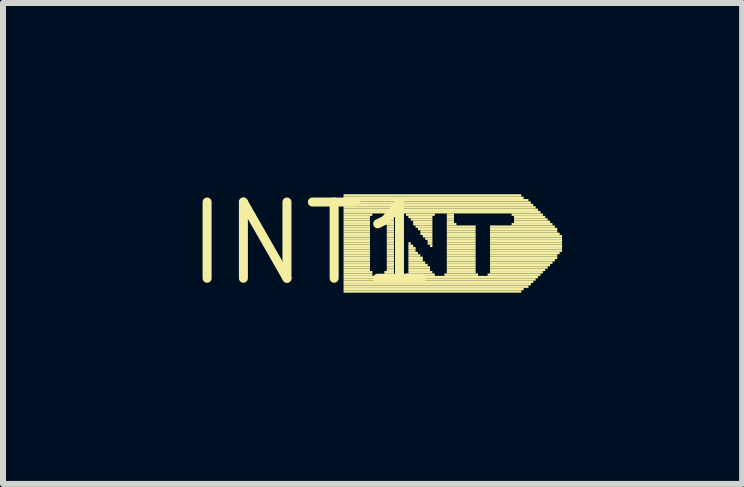
<source format=kicad_pcb>
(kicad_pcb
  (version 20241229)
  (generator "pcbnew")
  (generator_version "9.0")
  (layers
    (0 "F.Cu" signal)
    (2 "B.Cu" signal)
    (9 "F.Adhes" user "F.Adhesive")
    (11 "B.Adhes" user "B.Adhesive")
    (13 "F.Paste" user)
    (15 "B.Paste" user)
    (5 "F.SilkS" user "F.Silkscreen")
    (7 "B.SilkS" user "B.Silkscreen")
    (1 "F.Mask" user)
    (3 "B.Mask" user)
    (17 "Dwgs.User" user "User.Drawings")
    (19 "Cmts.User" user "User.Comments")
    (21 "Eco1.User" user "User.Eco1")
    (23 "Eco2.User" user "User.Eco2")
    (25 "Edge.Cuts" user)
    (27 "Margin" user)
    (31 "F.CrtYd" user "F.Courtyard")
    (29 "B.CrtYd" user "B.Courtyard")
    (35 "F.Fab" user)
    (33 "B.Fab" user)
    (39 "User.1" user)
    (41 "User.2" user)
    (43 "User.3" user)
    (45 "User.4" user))
  (footprint "INT1"
    (layer "F.Cu")
    (at 2.154 1.006)
    (property "Reference" "INT1" (at 0 0 0) (layer "F.SilkS") (effects (font (size 1.27 1.27) (thickness 0.15))))
    (fp_poly (pts (xy 0.52 -0.78) (xy 3.48 -0.78) (xy 3.48 -0.82) (xy 0.52 -0.82)) (stroke (width 0) (type default)) (fill yes) (layer "F.SilkS"))
    (fp_poly (pts (xy 0.52 -0.74) (xy 3.52 -0.74) (xy 3.52 -0.78) (xy 0.52 -0.78)) (stroke (width 0) (type default)) (fill yes) (layer "F.SilkS"))
    (fp_poly (pts (xy 0.52 -0.7) (xy 3.6 -0.7) (xy 3.6 -0.74) (xy 0.52 -0.74)) (stroke (width 0) (type default)) (fill yes) (layer "F.SilkS"))
    (fp_poly (pts (xy 0.52 -0.66) (xy 3.64 -0.66) (xy 3.64 -0.7) (xy 0.52 -0.7)) (stroke (width 0) (type default)) (fill yes) (layer "F.SilkS"))
    (fp_poly (pts (xy 0.52 -0.62) (xy 3.68 -0.62) (xy 3.68 -0.66) (xy 0.52 -0.66)) (stroke (width 0) (type default)) (fill yes) (layer "F.SilkS"))
    (fp_poly (pts (xy 0.52 -0.58) (xy 3.72 -0.58) (xy 3.72 -0.62) (xy 0.52 -0.62)) (stroke (width 0) (type default)) (fill yes) (layer "F.SilkS"))
    (fp_poly (pts (xy 0.52 -0.54) (xy 3.76 -0.54) (xy 3.76 -0.58) (xy 0.52 -0.58)) (stroke (width 0) (type default)) (fill yes) (layer "F.SilkS"))
    (fp_poly (pts (xy 0.52 -0.5) (xy 3.8 -0.5) (xy 3.8 -0.54) (xy 0.52 -0.54)) (stroke (width 0) (type default)) (fill yes) (layer "F.SilkS"))
    (fp_poly (pts (xy 0.52 -0.46) (xy 1 -0.46) (xy 1 -0.5) (xy 0.52 -0.5)) (stroke (width 0) (type default)) (fill yes) (layer "F.SilkS"))
    (fp_poly (pts (xy 0.52 -0.42) (xy 0.96 -0.42) (xy 0.96 -0.46) (xy 0.52 -0.46)) (stroke (width 0) (type default)) (fill yes) (layer "F.SilkS"))
    (fp_poly (pts (xy 0.52 -0.38) (xy 0.96 -0.38) (xy 0.96 -0.42) (xy 0.52 -0.42)) (stroke (width 0) (type default)) (fill yes) (layer "F.SilkS"))
    (fp_poly (pts (xy 0.52 -0.34) (xy 0.96 -0.34) (xy 0.96 -0.38) (xy 0.52 -0.38)) (stroke (width 0) (type default)) (fill yes) (layer "F.SilkS"))
    (fp_poly (pts (xy 0.52 -0.3) (xy 0.96 -0.3) (xy 0.96 -0.34) (xy 0.52 -0.34)) (stroke (width 0) (type default)) (fill yes) (layer "F.SilkS"))
    (fp_poly (pts (xy 0.52 -0.26) (xy 0.96 -0.26) (xy 0.96 -0.3) (xy 0.52 -0.3)) (stroke (width 0) (type default)) (fill yes) (layer "F.SilkS"))
    (fp_poly (pts (xy 0.52 -0.22) (xy 0.96 -0.22) (xy 0.96 -0.26) (xy 0.52 -0.26)) (stroke (width 0) (type default)) (fill yes) (layer "F.SilkS"))
    (fp_poly (pts (xy 0.52 -0.18) (xy 0.96 -0.18) (xy 0.96 -0.22) (xy 0.52 -0.22)) (stroke (width 0) (type default)) (fill yes) (layer "F.SilkS"))
    (fp_poly (pts (xy 0.52 -0.14) (xy 0.96 -0.14) (xy 0.96 -0.18) (xy 0.52 -0.18)) (stroke (width 0) (type default)) (fill yes) (layer "F.SilkS"))
    (fp_poly (pts (xy 0.52 -0.1) (xy 0.96 -0.1) (xy 0.96 -0.14) (xy 0.52 -0.14)) (stroke (width 0) (type default)) (fill yes) (layer "F.SilkS"))
    (fp_poly (pts (xy 0.52 -0.06) (xy 0.96 -0.06) (xy 0.96 -0.1) (xy 0.52 -0.1)) (stroke (width 0) (type default)) (fill yes) (layer "F.SilkS"))
    (fp_poly (pts (xy 0.52 -0.02) (xy 0.96 -0.02) (xy 0.96 -0.06) (xy 0.52 -0.06)) (stroke (width 0) (type default)) (fill yes) (layer "F.SilkS"))
    (fp_poly (pts (xy 0.52 0.02) (xy 0.96 0.02) (xy 0.96 -0.02) (xy 0.52 -0.02)) (stroke (width 0) (type default)) (fill yes) (layer "F.SilkS"))
    (fp_poly (pts (xy 0.52 0.06) (xy 0.96 0.06) (xy 0.96 0.02) (xy 0.52 0.02)) (stroke (width 0) (type default)) (fill yes) (layer "F.SilkS"))
    (fp_poly (pts (xy 0.52 0.1) (xy 0.96 0.1) (xy 0.96 0.06) (xy 0.52 0.06)) (stroke (width 0) (type default)) (fill yes) (layer "F.SilkS"))
    (fp_poly (pts (xy 0.52 0.14) (xy 0.96 0.14) (xy 0.96 0.1) (xy 0.52 0.1)) (stroke (width 0) (type default)) (fill yes) (layer "F.SilkS"))
    (fp_poly (pts (xy 0.52 0.18) (xy 0.96 0.18) (xy 0.96 0.14) (xy 0.52 0.14)) (stroke (width 0) (type default)) (fill yes) (layer "F.SilkS"))
    (fp_poly (pts (xy 0.52 0.22) (xy 0.96 0.22) (xy 0.96 0.18) (xy 0.52 0.18)) (stroke (width 0) (type default)) (fill yes) (layer "F.SilkS"))
    (fp_poly (pts (xy 0.52 0.26) (xy 0.96 0.26) (xy 0.96 0.22) (xy 0.52 0.22)) (stroke (width 0) (type default)) (fill yes) (layer "F.SilkS"))
    (fp_poly (pts (xy 0.52 0.3) (xy 0.96 0.3) (xy 0.96 0.26) (xy 0.52 0.26)) (stroke (width 0) (type default)) (fill yes) (layer "F.SilkS"))
    (fp_poly (pts (xy 0.52 0.34) (xy 0.96 0.34) (xy 0.96 0.3) (xy 0.52 0.3)) (stroke (width 0) (type default)) (fill yes) (layer "F.SilkS"))
    (fp_poly (pts (xy 0.52 0.38) (xy 0.96 0.38) (xy 0.96 0.34) (xy 0.52 0.34)) (stroke (width 0) (type default)) (fill yes) (layer "F.SilkS"))
    (fp_poly (pts (xy 0.52 0.42) (xy 0.96 0.42) (xy 0.96 0.38) (xy 0.52 0.38)) (stroke (width 0) (type default)) (fill yes) (layer "F.SilkS"))
    (fp_poly (pts (xy 0.52 0.46) (xy 0.96 0.46) (xy 0.96 0.42) (xy 0.52 0.42)) (stroke (width 0) (type default)) (fill yes) (layer "F.SilkS"))
    (fp_poly (pts (xy 0.52 0.5) (xy 1 0.5) (xy 1 0.46) (xy 0.52 0.46)) (stroke (width 0) (type default)) (fill yes) (layer "F.SilkS"))
    (fp_poly (pts (xy 0.52 0.54) (xy 1 0.54) (xy 1 0.5) (xy 0.52 0.5)) (stroke (width 0) (type default)) (fill yes) (layer "F.SilkS"))
    (fp_poly (pts (xy 0.52 0.58) (xy 3.76 0.58) (xy 3.76 0.54) (xy 0.52 0.54)) (stroke (width 0) (type default)) (fill yes) (layer "F.SilkS"))
    (fp_poly (pts (xy 0.52 0.62) (xy 3.72 0.62) (xy 3.72 0.58) (xy 0.52 0.58)) (stroke (width 0) (type default)) (fill yes) (layer "F.SilkS"))
    (fp_poly (pts (xy 0.52 0.66) (xy 3.68 0.66) (xy 3.68 0.62) (xy 0.52 0.62)) (stroke (width 0) (type default)) (fill yes) (layer "F.SilkS"))
    (fp_poly (pts (xy 0.52 0.7) (xy 3.64 0.7) (xy 3.64 0.66) (xy 0.52 0.66)) (stroke (width 0) (type default)) (fill yes) (layer "F.SilkS"))
    (fp_poly (pts (xy 0.52 0.74) (xy 3.6 0.74) (xy 3.6 0.7) (xy 0.52 0.7)) (stroke (width 0) (type default)) (fill yes) (layer "F.SilkS"))
    (fp_poly (pts (xy 0.52 0.78) (xy 3.52 0.78) (xy 3.52 0.74) (xy 0.52 0.74)) (stroke (width 0) (type default)) (fill yes) (layer "F.SilkS"))
    (fp_poly (pts (xy 0.52 0.82) (xy 3.48 0.82) (xy 3.48 0.78) (xy 0.52 0.78)) (stroke (width 0) (type default)) (fill yes) (layer "F.SilkS"))
    (fp_poly (pts (xy 1.2 -0.46) (xy 1.36 -0.46) (xy 1.36 -0.5) (xy 1.2 -0.5)) (stroke (width 0) (type default)) (fill yes) (layer "F.SilkS"))
    (fp_poly (pts (xy 1.2 -0.42) (xy 1.36 -0.42) (xy 1.36 -0.46) (xy 1.2 -0.46)) (stroke (width 0) (type default)) (fill yes) (layer "F.SilkS"))
    (fp_poly (pts (xy 1.2 0.5) (xy 1.36 0.5) (xy 1.36 0.46) (xy 1.2 0.46)) (stroke (width 0) (type default)) (fill yes) (layer "F.SilkS"))
    (fp_poly (pts (xy 1.2 0.54) (xy 1.36 0.54) (xy 1.36 0.5) (xy 1.2 0.5)) (stroke (width 0) (type default)) (fill yes) (layer "F.SilkS"))
    (fp_poly (pts (xy 1.24 -0.38) (xy 1.36 -0.38) (xy 1.36 -0.42) (xy 1.24 -0.42)) (stroke (width 0) (type default)) (fill yes) (layer "F.SilkS"))
    (fp_poly (pts (xy 1.24 -0.34) (xy 1.36 -0.34) (xy 1.36 -0.38) (xy 1.24 -0.38)) (stroke (width 0) (type default)) (fill yes) (layer "F.SilkS"))
    (fp_poly (pts (xy 1.24 -0.3) (xy 1.36 -0.3) (xy 1.36 -0.34) (xy 1.24 -0.34)) (stroke (width 0) (type default)) (fill yes) (layer "F.SilkS"))
    (fp_poly (pts (xy 1.24 -0.26) (xy 1.36 -0.26) (xy 1.36 -0.3) (xy 1.24 -0.3)) (stroke (width 0) (type default)) (fill yes) (layer "F.SilkS"))
    (fp_poly (pts (xy 1.24 -0.22) (xy 1.36 -0.22) (xy 1.36 -0.26) (xy 1.24 -0.26)) (stroke (width 0) (type default)) (fill yes) (layer "F.SilkS"))
    (fp_poly (pts (xy 1.24 -0.18) (xy 1.36 -0.18) (xy 1.36 -0.22) (xy 1.24 -0.22)) (stroke (width 0) (type default)) (fill yes) (layer "F.SilkS"))
    (fp_poly (pts (xy 1.24 -0.14) (xy 1.36 -0.14) (xy 1.36 -0.18) (xy 1.24 -0.18)) (stroke (width 0) (type default)) (fill yes) (layer "F.SilkS"))
    (fp_poly (pts (xy 1.24 -0.1) (xy 1.36 -0.1) (xy 1.36 -0.14) (xy 1.24 -0.14)) (stroke (width 0) (type default)) (fill yes) (layer "F.SilkS"))
    (fp_poly (pts (xy 1.24 -0.06) (xy 1.36 -0.06) (xy 1.36 -0.1) (xy 1.24 -0.1)) (stroke (width 0) (type default)) (fill yes) (layer "F.SilkS"))
    (fp_poly (pts (xy 1.24 -0.02) (xy 1.36 -0.02) (xy 1.36 -0.06) (xy 1.24 -0.06)) (stroke (width 0) (type default)) (fill yes) (layer "F.SilkS"))
    (fp_poly (pts (xy 1.24 0.02) (xy 1.36 0.02) (xy 1.36 -0.02) (xy 1.24 -0.02)) (stroke (width 0) (type default)) (fill yes) (layer "F.SilkS"))
    (fp_poly (pts (xy 1.24 0.06) (xy 1.36 0.06) (xy 1.36 0.02) (xy 1.24 0.02)) (stroke (width 0) (type default)) (fill yes) (layer "F.SilkS"))
    (fp_poly (pts (xy 1.24 0.1) (xy 1.36 0.1) (xy 1.36 0.06) (xy 1.24 0.06)) (stroke (width 0) (type default)) (fill yes) (layer "F.SilkS"))
    (fp_poly (pts (xy 1.24 0.14) (xy 1.36 0.14) (xy 1.36 0.1) (xy 1.24 0.1)) (stroke (width 0) (type default)) (fill yes) (layer "F.SilkS"))
    (fp_poly (pts (xy 1.24 0.18) (xy 1.36 0.18) (xy 1.36 0.14) (xy 1.24 0.14)) (stroke (width 0) (type default)) (fill yes) (layer "F.SilkS"))
    (fp_poly (pts (xy 1.24 0.22) (xy 1.36 0.22) (xy 1.36 0.18) (xy 1.24 0.18)) (stroke (width 0) (type default)) (fill yes) (layer "F.SilkS"))
    (fp_poly (pts (xy 1.24 0.26) (xy 1.36 0.26) (xy 1.36 0.22) (xy 1.24 0.22)) (stroke (width 0) (type default)) (fill yes) (layer "F.SilkS"))
    (fp_poly (pts (xy 1.24 0.3) (xy 1.36 0.3) (xy 1.36 0.26) (xy 1.24 0.26)) (stroke (width 0) (type default)) (fill yes) (layer "F.SilkS"))
    (fp_poly (pts (xy 1.24 0.34) (xy 1.36 0.34) (xy 1.36 0.3) (xy 1.24 0.3)) (stroke (width 0) (type default)) (fill yes) (layer "F.SilkS"))
    (fp_poly (pts (xy 1.24 0.38) (xy 1.36 0.38) (xy 1.36 0.34) (xy 1.24 0.34)) (stroke (width 0) (type default)) (fill yes) (layer "F.SilkS"))
    (fp_poly (pts (xy 1.24 0.42) (xy 1.36 0.42) (xy 1.36 0.38) (xy 1.24 0.38)) (stroke (width 0) (type default)) (fill yes) (layer "F.SilkS"))
    (fp_poly (pts (xy 1.24 0.46) (xy 1.36 0.46) (xy 1.36 0.42) (xy 1.24 0.42)) (stroke (width 0) (type default)) (fill yes) (layer "F.SilkS"))
    (fp_poly (pts (xy 1.56 -0.46) (xy 2.04 -0.46) (xy 2.04 -0.5) (xy 1.56 -0.5)) (stroke (width 0) (type default)) (fill yes) (layer "F.SilkS"))
    (fp_poly (pts (xy 1.56 0.54) (xy 2.04 0.54) (xy 2.04 0.5) (xy 1.56 0.5)) (stroke (width 0) (type default)) (fill yes) (layer "F.SilkS"))
    (fp_poly (pts (xy 1.6 -0.42) (xy 2 -0.42) (xy 2 -0.46) (xy 1.6 -0.46)) (stroke (width 0) (type default)) (fill yes) (layer "F.SilkS"))
    (fp_poly (pts (xy 1.6 0.02) (xy 1.64 0.02) (xy 1.64 -0.02) (xy 1.6 -0.02)) (stroke (width 0) (type default)) (fill yes) (layer "F.SilkS"))
    (fp_poly (pts (xy 1.6 0.06) (xy 1.68 0.06) (xy 1.68 0.02) (xy 1.6 0.02)) (stroke (width 0) (type default)) (fill yes) (layer "F.SilkS"))
    (fp_poly (pts (xy 1.6 0.1) (xy 1.72 0.1) (xy 1.72 0.06) (xy 1.6 0.06)) (stroke (width 0) (type default)) (fill yes) (layer "F.SilkS"))
    (fp_poly (pts (xy 1.6 0.14) (xy 1.72 0.14) (xy 1.72 0.1) (xy 1.6 0.1)) (stroke (width 0) (type default)) (fill yes) (layer "F.SilkS"))
    (fp_poly (pts (xy 1.6 0.18) (xy 1.76 0.18) (xy 1.76 0.14) (xy 1.6 0.14)) (stroke (width 0) (type default)) (fill yes) (layer "F.SilkS"))
    (fp_poly (pts (xy 1.6 0.22) (xy 1.8 0.22) (xy 1.8 0.18) (xy 1.6 0.18)) (stroke (width 0) (type default)) (fill yes) (layer "F.SilkS"))
    (fp_poly (pts (xy 1.6 0.26) (xy 1.84 0.26) (xy 1.84 0.22) (xy 1.6 0.22)) (stroke (width 0) (type default)) (fill yes) (layer "F.SilkS"))
    (fp_poly (pts (xy 1.6 0.3) (xy 1.84 0.3) (xy 1.84 0.26) (xy 1.6 0.26)) (stroke (width 0) (type default)) (fill yes) (layer "F.SilkS"))
    (fp_poly (pts (xy 1.6 0.34) (xy 1.88 0.34) (xy 1.88 0.3) (xy 1.6 0.3)) (stroke (width 0) (type default)) (fill yes) (layer "F.SilkS"))
    (fp_poly (pts (xy 1.6 0.38) (xy 1.92 0.38) (xy 1.92 0.34) (xy 1.6 0.34)) (stroke (width 0) (type default)) (fill yes) (layer "F.SilkS"))
    (fp_poly (pts (xy 1.6 0.42) (xy 1.96 0.42) (xy 1.96 0.38) (xy 1.6 0.38)) (stroke (width 0) (type default)) (fill yes) (layer "F.SilkS"))
    (fp_poly (pts (xy 1.6 0.46) (xy 1.96 0.46) (xy 1.96 0.42) (xy 1.6 0.42)) (stroke (width 0) (type default)) (fill yes) (layer "F.SilkS"))
    (fp_poly (pts (xy 1.6 0.5) (xy 2 0.5) (xy 2 0.46) (xy 1.6 0.46)) (stroke (width 0) (type default)) (fill yes) (layer "F.SilkS"))
    (fp_poly (pts (xy 1.64 -0.38) (xy 2 -0.38) (xy 2 -0.42) (xy 1.64 -0.42)) (stroke (width 0) (type default)) (fill yes) (layer "F.SilkS"))
    (fp_poly (pts (xy 1.68 -0.34) (xy 2 -0.34) (xy 2 -0.38) (xy 1.68 -0.38)) (stroke (width 0) (type default)) (fill yes) (layer "F.SilkS"))
    (fp_poly (pts (xy 1.68 -0.3) (xy 2 -0.3) (xy 2 -0.34) (xy 1.68 -0.34)) (stroke (width 0) (type default)) (fill yes) (layer "F.SilkS"))
    (fp_poly (pts (xy 1.72 -0.26) (xy 2 -0.26) (xy 2 -0.3) (xy 1.72 -0.3)) (stroke (width 0) (type default)) (fill yes) (layer "F.SilkS"))
    (fp_poly (pts (xy 1.76 -0.22) (xy 2 -0.22) (xy 2 -0.26) (xy 1.76 -0.26)) (stroke (width 0) (type default)) (fill yes) (layer "F.SilkS"))
    (fp_poly (pts (xy 1.8 -0.18) (xy 2 -0.18) (xy 2 -0.22) (xy 1.8 -0.22)) (stroke (width 0) (type default)) (fill yes) (layer "F.SilkS"))
    (fp_poly (pts (xy 1.8 -0.14) (xy 2 -0.14) (xy 2 -0.18) (xy 1.8 -0.18)) (stroke (width 0) (type default)) (fill yes) (layer "F.SilkS"))
    (fp_poly (pts (xy 1.84 -0.1) (xy 2 -0.1) (xy 2 -0.14) (xy 1.84 -0.14)) (stroke (width 0) (type default)) (fill yes) (layer "F.SilkS"))
    (fp_poly (pts (xy 1.88 -0.06) (xy 2 -0.06) (xy 2 -0.1) (xy 1.88 -0.1)) (stroke (width 0) (type default)) (fill yes) (layer "F.SilkS"))
    (fp_poly (pts (xy 1.92 -0.02) (xy 2 -0.02) (xy 2 -0.06) (xy 1.92 -0.06)) (stroke (width 0) (type default)) (fill yes) (layer "F.SilkS"))
    (fp_poly (pts (xy 1.92 0.02) (xy 2 0.02) (xy 2 -0.02) (xy 1.92 -0.02)) (stroke (width 0) (type default)) (fill yes) (layer "F.SilkS"))
    (fp_poly (pts (xy 1.96 0.06) (xy 2 0.06) (xy 2 0.02) (xy 1.96 0.02)) (stroke (width 0) (type default)) (fill yes) (layer "F.SilkS"))
    (fp_poly (pts (xy 2.2 0.54) (xy 2.76 0.54) (xy 2.76 0.5) (xy 2.2 0.5)) (stroke (width 0) (type default)) (fill yes) (layer "F.SilkS"))
    (fp_poly (pts (xy 2.24 -0.46) (xy 2.36 -0.46) (xy 2.36 -0.5) (xy 2.24 -0.5)) (stroke (width 0) (type default)) (fill yes) (layer "F.SilkS"))
    (fp_poly (pts (xy 2.24 -0.42) (xy 2.36 -0.42) (xy 2.36 -0.46) (xy 2.24 -0.46)) (stroke (width 0) (type default)) (fill yes) (layer "F.SilkS"))
    (fp_poly (pts (xy 2.24 -0.38) (xy 2.36 -0.38) (xy 2.36 -0.42) (xy 2.24 -0.42)) (stroke (width 0) (type default)) (fill yes) (layer "F.SilkS"))
    (fp_poly (pts (xy 2.24 -0.34) (xy 2.36 -0.34) (xy 2.36 -0.38) (xy 2.24 -0.38)) (stroke (width 0) (type default)) (fill yes) (layer "F.SilkS"))
    (fp_poly (pts (xy 2.24 -0.3) (xy 2.4 -0.3) (xy 2.4 -0.34) (xy 2.24 -0.34)) (stroke (width 0) (type default)) (fill yes) (layer "F.SilkS"))
    (fp_poly (pts (xy 2.24 -0.26) (xy 2.72 -0.26) (xy 2.72 -0.3) (xy 2.24 -0.3)) (stroke (width 0) (type default)) (fill yes) (layer "F.SilkS"))
    (fp_poly (pts (xy 2.24 -0.22) (xy 2.72 -0.22) (xy 2.72 -0.26) (xy 2.24 -0.26)) (stroke (width 0) (type default)) (fill yes) (layer "F.SilkS"))
    (fp_poly (pts (xy 2.24 -0.18) (xy 2.72 -0.18) (xy 2.72 -0.22) (xy 2.24 -0.22)) (stroke (width 0) (type default)) (fill yes) (layer "F.SilkS"))
    (fp_poly (pts (xy 2.24 -0.14) (xy 2.72 -0.14) (xy 2.72 -0.18) (xy 2.24 -0.18)) (stroke (width 0) (type default)) (fill yes) (layer "F.SilkS"))
    (fp_poly (pts (xy 2.24 -0.1) (xy 2.72 -0.1) (xy 2.72 -0.14) (xy 2.24 -0.14)) (stroke (width 0) (type default)) (fill yes) (layer "F.SilkS"))
    (fp_poly (pts (xy 2.24 -0.06) (xy 2.72 -0.06) (xy 2.72 -0.1) (xy 2.24 -0.1)) (stroke (width 0) (type default)) (fill yes) (layer "F.SilkS"))
    (fp_poly (pts (xy 2.24 -0.02) (xy 2.72 -0.02) (xy 2.72 -0.06) (xy 2.24 -0.06)) (stroke (width 0) (type default)) (fill yes) (layer "F.SilkS"))
    (fp_poly (pts (xy 2.24 0.02) (xy 2.72 0.02) (xy 2.72 -0.02) (xy 2.24 -0.02)) (stroke (width 0) (type default)) (fill yes) (layer "F.SilkS"))
    (fp_poly (pts (xy 2.24 0.06) (xy 2.72 0.06) (xy 2.72 0.02) (xy 2.24 0.02)) (stroke (width 0) (type default)) (fill yes) (layer "F.SilkS"))
    (fp_poly (pts (xy 2.24 0.1) (xy 2.72 0.1) (xy 2.72 0.06) (xy 2.24 0.06)) (stroke (width 0) (type default)) (fill yes) (layer "F.SilkS"))
    (fp_poly (pts (xy 2.24 0.14) (xy 2.72 0.14) (xy 2.72 0.1) (xy 2.24 0.1)) (stroke (width 0) (type default)) (fill yes) (layer "F.SilkS"))
    (fp_poly (pts (xy 2.24 0.18) (xy 2.72 0.18) (xy 2.72 0.14) (xy 2.24 0.14)) (stroke (width 0) (type default)) (fill yes) (layer "F.SilkS"))
    (fp_poly (pts (xy 2.24 0.22) (xy 2.72 0.22) (xy 2.72 0.18) (xy 2.24 0.18)) (stroke (width 0) (type default)) (fill yes) (layer "F.SilkS"))
    (fp_poly (pts (xy 2.24 0.26) (xy 2.72 0.26) (xy 2.72 0.22) (xy 2.24 0.22)) (stroke (width 0) (type default)) (fill yes) (layer "F.SilkS"))
    (fp_poly (pts (xy 2.24 0.3) (xy 2.72 0.3) (xy 2.72 0.26) (xy 2.24 0.26)) (stroke (width 0) (type default)) (fill yes) (layer "F.SilkS"))
    (fp_poly (pts (xy 2.24 0.34) (xy 2.72 0.34) (xy 2.72 0.3) (xy 2.24 0.3)) (stroke (width 0) (type default)) (fill yes) (layer "F.SilkS"))
    (fp_poly (pts (xy 2.24 0.38) (xy 2.72 0.38) (xy 2.72 0.34) (xy 2.24 0.34)) (stroke (width 0) (type default)) (fill yes) (layer "F.SilkS"))
    (fp_poly (pts (xy 2.24 0.42) (xy 2.72 0.42) (xy 2.72 0.38) (xy 2.24 0.38)) (stroke (width 0) (type default)) (fill yes) (layer "F.SilkS"))
    (fp_poly (pts (xy 2.24 0.46) (xy 2.72 0.46) (xy 2.72 0.42) (xy 2.24 0.42)) (stroke (width 0) (type default)) (fill yes) (layer "F.SilkS"))
    (fp_poly (pts (xy 2.24 0.5) (xy 2.72 0.5) (xy 2.72 0.46) (xy 2.24 0.46)) (stroke (width 0) (type default)) (fill yes) (layer "F.SilkS"))
    (fp_poly (pts (xy 2.92 0.54) (xy 3.8 0.54) (xy 3.8 0.5) (xy 2.92 0.5)) (stroke (width 0) (type default)) (fill yes) (layer "F.SilkS"))
    (fp_poly (pts (xy 2.96 -0.26) (xy 4.04 -0.26) (xy 4.04 -0.3) (xy 2.96 -0.3)) (stroke (width 0) (type default)) (fill yes) (layer "F.SilkS"))
    (fp_poly (pts (xy 2.96 -0.22) (xy 4.08 -0.22) (xy 4.08 -0.26) (xy 2.96 -0.26)) (stroke (width 0) (type default)) (fill yes) (layer "F.SilkS"))
    (fp_poly (pts (xy 2.96 -0.18) (xy 4.08 -0.18) (xy 4.08 -0.22) (xy 2.96 -0.22)) (stroke (width 0) (type default)) (fill yes) (layer "F.SilkS"))
    (fp_poly (pts (xy 2.96 -0.14) (xy 4.12 -0.14) (xy 4.12 -0.18) (xy 2.96 -0.18)) (stroke (width 0) (type default)) (fill yes) (layer "F.SilkS"))
    (fp_poly (pts (xy 2.96 -0.1) (xy 4.16 -0.1) (xy 4.16 -0.14) (xy 2.96 -0.14)) (stroke (width 0) (type default)) (fill yes) (layer "F.SilkS"))
    (fp_poly (pts (xy 2.96 -0.06) (xy 4.16 -0.06) (xy 4.16 -0.1) (xy 2.96 -0.1)) (stroke (width 0) (type default)) (fill yes) (layer "F.SilkS"))
    (fp_poly (pts (xy 2.96 -0.02) (xy 4.16 -0.02) (xy 4.16 -0.06) (xy 2.96 -0.06)) (stroke (width 0) (type default)) (fill yes) (layer "F.SilkS"))
    (fp_poly (pts (xy 2.96 0.02) (xy 4.16 0.02) (xy 4.16 -0.02) (xy 2.96 -0.02)) (stroke (width 0) (type default)) (fill yes) (layer "F.SilkS"))
    (fp_poly (pts (xy 2.96 0.06) (xy 4.16 0.06) (xy 4.16 0.02) (xy 2.96 0.02)) (stroke (width 0) (type default)) (fill yes) (layer "F.SilkS"))
    (fp_poly (pts (xy 2.96 0.1) (xy 4.16 0.1) (xy 4.16 0.06) (xy 2.96 0.06)) (stroke (width 0) (type default)) (fill yes) (layer "F.SilkS"))
    (fp_poly (pts (xy 2.96 0.14) (xy 4.16 0.14) (xy 4.16 0.1) (xy 2.96 0.1)) (stroke (width 0) (type default)) (fill yes) (layer "F.SilkS"))
    (fp_poly (pts (xy 2.96 0.18) (xy 4.12 0.18) (xy 4.12 0.14) (xy 2.96 0.14)) (stroke (width 0) (type default)) (fill yes) (layer "F.SilkS"))
    (fp_poly (pts (xy 2.96 0.22) (xy 4.08 0.22) (xy 4.08 0.18) (xy 2.96 0.18)) (stroke (width 0) (type default)) (fill yes) (layer "F.SilkS"))
    (fp_poly (pts (xy 2.96 0.26) (xy 4.08 0.26) (xy 4.08 0.22) (xy 2.96 0.22)) (stroke (width 0) (type default)) (fill yes) (layer "F.SilkS"))
    (fp_poly (pts (xy 2.96 0.3) (xy 4.04 0.3) (xy 4.04 0.26) (xy 2.96 0.26)) (stroke (width 0) (type default)) (fill yes) (layer "F.SilkS"))
    (fp_poly (pts (xy 2.96 0.34) (xy 4 0.34) (xy 4 0.3) (xy 2.96 0.3)) (stroke (width 0) (type default)) (fill yes) (layer "F.SilkS"))
    (fp_poly (pts (xy 2.96 0.38) (xy 3.96 0.38) (xy 3.96 0.34) (xy 2.96 0.34)) (stroke (width 0) (type default)) (fill yes) (layer "F.SilkS"))
    (fp_poly (pts (xy 2.96 0.42) (xy 3.92 0.42) (xy 3.92 0.38) (xy 2.96 0.38)) (stroke (width 0) (type default)) (fill yes) (layer "F.SilkS"))
    (fp_poly (pts (xy 2.96 0.46) (xy 3.88 0.46) (xy 3.88 0.42) (xy 2.96 0.42)) (stroke (width 0) (type default)) (fill yes) (layer "F.SilkS"))
    (fp_poly (pts (xy 2.96 0.5) (xy 3.84 0.5) (xy 3.84 0.46) (xy 2.96 0.46)) (stroke (width 0) (type default)) (fill yes) (layer "F.SilkS"))
    (fp_poly (pts (xy 3.32 -0.46) (xy 3.84 -0.46) (xy 3.84 -0.5) (xy 3.32 -0.5)) (stroke (width 0) (type default)) (fill yes) (layer "F.SilkS"))
    (fp_poly (pts (xy 3.32 -0.3) (xy 4 -0.3) (xy 4 -0.34) (xy 3.32 -0.34)) (stroke (width 0) (type default)) (fill yes) (layer "F.SilkS"))
    (fp_poly (pts (xy 3.36 -0.42) (xy 3.88 -0.42) (xy 3.88 -0.46) (xy 3.36 -0.46)) (stroke (width 0) (type default)) (fill yes) (layer "F.SilkS"))
    (fp_poly (pts (xy 3.36 -0.38) (xy 3.92 -0.38) (xy 3.92 -0.42) (xy 3.36 -0.42)) (stroke (width 0) (type default)) (fill yes) (layer "F.SilkS"))
    (fp_poly (pts (xy 3.36 -0.34) (xy 3.96 -0.34) (xy 3.96 -0.38) (xy 3.36 -0.38)) (stroke (width 0) (type default)) (fill yes) (layer "F.SilkS")))
  (gr_rect
    (start -3 -3)
    (end 9.314 5.012)
    (stroke (width 0.1) (type default))
    (fill no)
    (layer "Edge.Cuts")))
</source>
